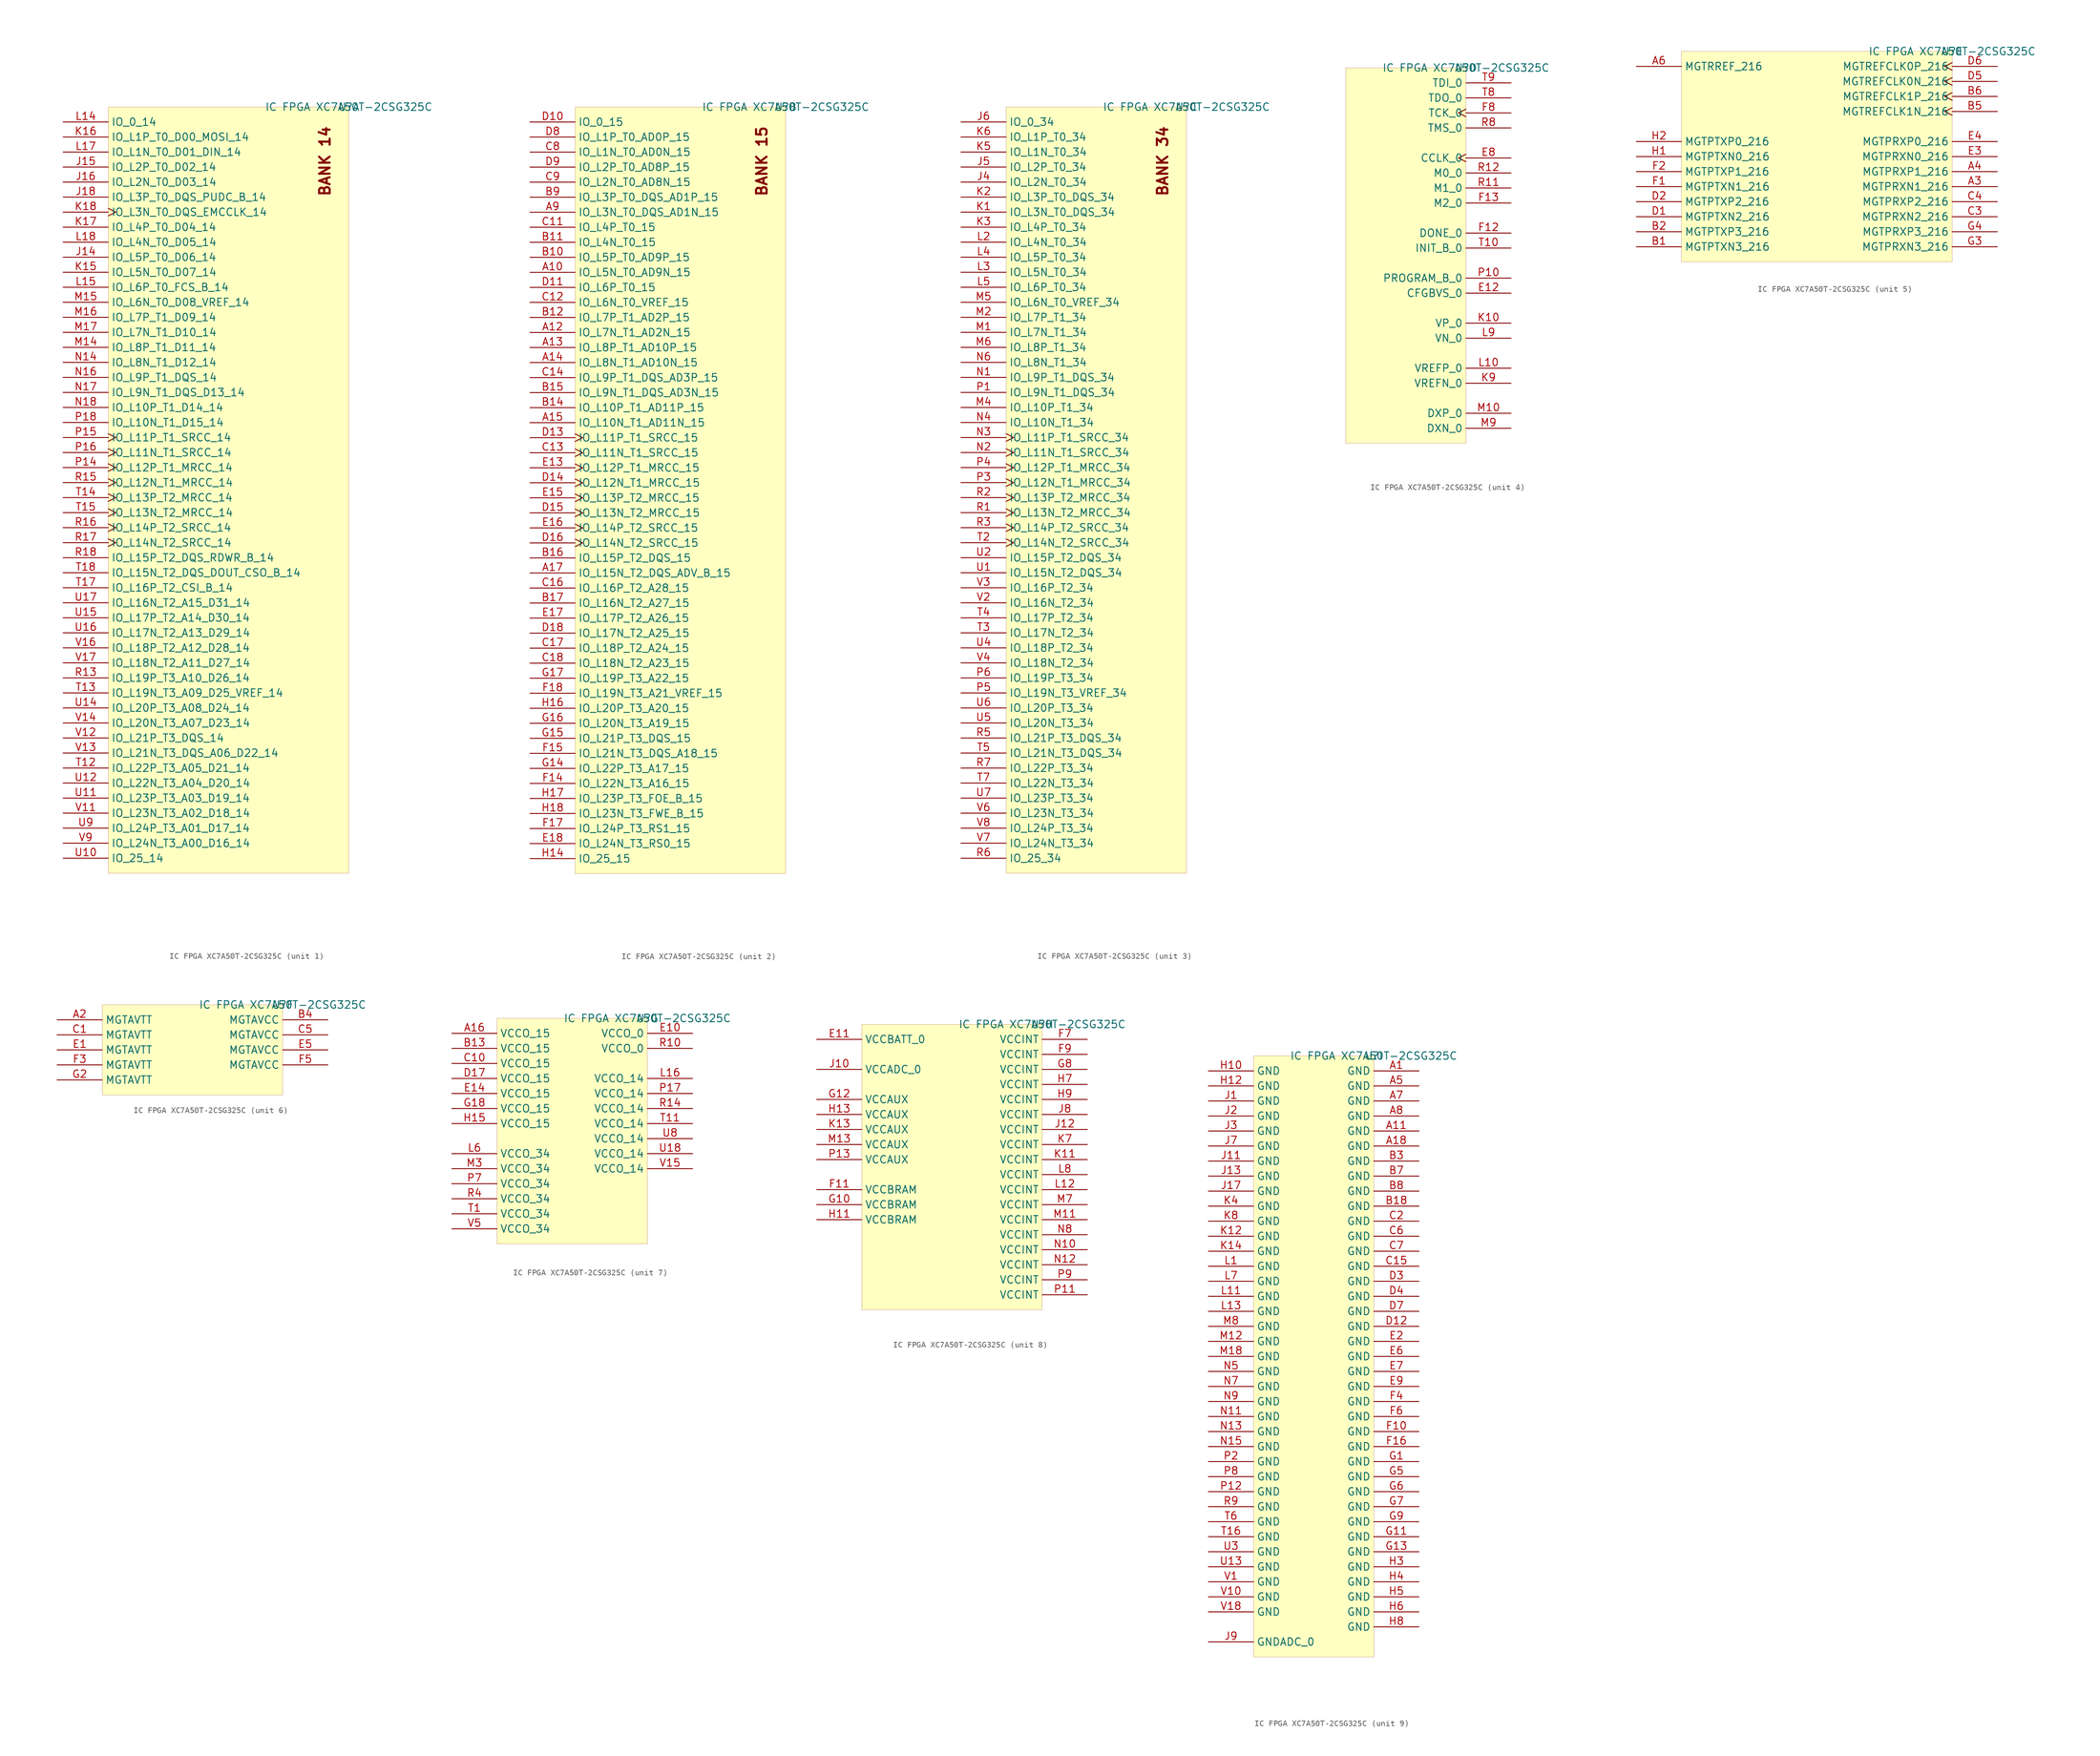
<source format=kicad_sym>
(kicad_symbol_lib
  (version 20241209)
  (generator "kicad_symbol_editor")
  (generator_version "9.0")
  (symbol "IC FPGA XC7A50T-2CSG325C"
    (property "Reference" "U"
      (at 0 0 0)
      (effects (font (size 1.27 1.27))))
    (property "Value" "IC FPGA XC7A50T-2CSG325C"
      (at 0 0 0)
      (effects (font (size 1.27 1.27))))
    (symbol "IC FPGA XC7A50T-2CSG325C_1_0"
      (rectangle (start 0 0) (end -40.64 -129.54) (stroke (width 0.025) (type solid) (color 128 0 0 1)) (fill (type background)))
      (text "BANK 14" (at -5.08 -15.24 900) (effects (font (size 1.778 1.778) (thickness 0.356) (bold yes)) (justify left top)))
      (pin bidirectional line (at -48.26 -2.54 0) (length 7.62) (name "IO_0_14" (effects (font (size 1.27 1.27)))) (number "L14" (effects (font (size 1.27 1.27)))))
      (pin bidirectional line (at -48.26 -5.08 0) (length 7.62) (name "IO_L1P_T0_D00_MOSI_14" (effects (font (size 1.27 1.27)))) (number "K16" (effects (font (size 1.27 1.27)))))
      (pin bidirectional line (at -48.26 -7.62 0) (length 7.62) (name "IO_L1N_T0_D01_DIN_14" (effects (font (size 1.27 1.27)))) (number "L17" (effects (font (size 1.27 1.27)))))
      (pin bidirectional line (at -48.26 -10.16 0) (length 7.62) (name "IO_L2P_T0_D02_14" (effects (font (size 1.27 1.27)))) (number "J15" (effects (font (size 1.27 1.27)))))
      (pin bidirectional line (at -48.26 -12.7 0) (length 7.62) (name "IO_L2N_T0_D03_14" (effects (font (size 1.27 1.27)))) (number "J16" (effects (font (size 1.27 1.27)))))
      (pin bidirectional line (at -48.26 -15.24 0) (length 7.62) (name "IO_L3P_T0_DQS_PUDC_B_14" (effects (font (size 1.27 1.27)))) (number "J18" (effects (font (size 1.27 1.27)))))
      (pin bidirectional clock (at -48.26 -17.78 0) (length 7.62) (name "IO_L3N_T0_DQS_EMCCLK_14" (effects (font (size 1.27 1.27)))) (number "K18" (effects (font (size 1.27 1.27)))))
      (pin bidirectional line (at -48.26 -20.32 0) (length 7.62) (name "IO_L4P_T0_D04_14" (effects (font (size 1.27 1.27)))) (number "K17" (effects (font (size 1.27 1.27)))))
      (pin bidirectional line (at -48.26 -22.86 0) (length 7.62) (name "IO_L4N_T0_D05_14" (effects (font (size 1.27 1.27)))) (number "L18" (effects (font (size 1.27 1.27)))))
      (pin bidirectional line (at -48.26 -25.4 0) (length 7.62) (name "IO_L5P_T0_D06_14" (effects (font (size 1.27 1.27)))) (number "J14" (effects (font (size 1.27 1.27)))))
      (pin bidirectional line (at -48.26 -27.94 0) (length 7.62) (name "IO_L5N_T0_D07_14" (effects (font (size 1.27 1.27)))) (number "K15" (effects (font (size 1.27 1.27)))))
      (pin bidirectional line (at -48.26 -30.48 0) (length 7.62) (name "IO_L6P_T0_FCS_B_14" (effects (font (size 1.27 1.27)))) (number "L15" (effects (font (size 1.27 1.27)))))
      (pin bidirectional line (at -48.26 -33.02 0) (length 7.62) (name "IO_L6N_T0_D08_VREF_14" (effects (font (size 1.27 1.27)))) (number "M15" (effects (font (size 1.27 1.27)))))
      (pin bidirectional line (at -48.26 -35.56 0) (length 7.62) (name "IO_L7P_T1_D09_14" (effects (font (size 1.27 1.27)))) (number "M16" (effects (font (size 1.27 1.27)))))
      (pin bidirectional line (at -48.26 -38.1 0) (length 7.62) (name "IO_L7N_T1_D10_14" (effects (font (size 1.27 1.27)))) (number "M17" (effects (font (size 1.27 1.27)))))
      (pin bidirectional line (at -48.26 -40.64 0) (length 7.62) (name "IO_L8P_T1_D11_14" (effects (font (size 1.27 1.27)))) (number "M14" (effects (font (size 1.27 1.27)))))
      (pin bidirectional line (at -48.26 -43.18 0) (length 7.62) (name "IO_L8N_T1_D12_14" (effects (font (size 1.27 1.27)))) (number "N14" (effects (font (size 1.27 1.27)))))
      (pin bidirectional line (at -48.26 -45.72 0) (length 7.62) (name "IO_L9P_T1_DQS_14" (effects (font (size 1.27 1.27)))) (number "N16" (effects (font (size 1.27 1.27)))))
      (pin bidirectional line (at -48.26 -48.26 0) (length 7.62) (name "IO_L9N_T1_DQS_D13_14" (effects (font (size 1.27 1.27)))) (number "N17" (effects (font (size 1.27 1.27)))))
      (pin bidirectional line (at -48.26 -50.8 0) (length 7.62) (name "IO_L10P_T1_D14_14" (effects (font (size 1.27 1.27)))) (number "N18" (effects (font (size 1.27 1.27)))))
      (pin bidirectional line (at -48.26 -53.34 0) (length 7.62) (name "IO_L10N_T1_D15_14" (effects (font (size 1.27 1.27)))) (number "P18" (effects (font (size 1.27 1.27)))))
      (pin bidirectional clock (at -48.26 -55.88 0) (length 7.62) (name "IO_L11P_T1_SRCC_14" (effects (font (size 1.27 1.27)))) (number "P15" (effects (font (size 1.27 1.27)))))
      (pin bidirectional clock (at -48.26 -58.42 0) (length 7.62) (name "IO_L11N_T1_SRCC_14" (effects (font (size 1.27 1.27)))) (number "P16" (effects (font (size 1.27 1.27)))))
      (pin bidirectional clock (at -48.26 -60.96 0) (length 7.62) (name "IO_L12P_T1_MRCC_14" (effects (font (size 1.27 1.27)))) (number "P14" (effects (font (size 1.27 1.27)))))
      (pin bidirectional clock (at -48.26 -63.5 0) (length 7.62) (name "IO_L12N_T1_MRCC_14" (effects (font (size 1.27 1.27)))) (number "R15" (effects (font (size 1.27 1.27)))))
      (pin bidirectional clock (at -48.26 -66.04 0) (length 7.62) (name "IO_L13P_T2_MRCC_14" (effects (font (size 1.27 1.27)))) (number "T14" (effects (font (size 1.27 1.27)))))
      (pin bidirectional clock (at -48.26 -68.58 0) (length 7.62) (name "IO_L13N_T2_MRCC_14" (effects (font (size 1.27 1.27)))) (number "T15" (effects (font (size 1.27 1.27)))))
      (pin bidirectional clock (at -48.26 -71.12 0) (length 7.62) (name "IO_L14P_T2_SRCC_14" (effects (font (size 1.27 1.27)))) (number "R16" (effects (font (size 1.27 1.27)))))
      (pin bidirectional clock (at -48.26 -73.66 0) (length 7.62) (name "IO_L14N_T2_SRCC_14" (effects (font (size 1.27 1.27)))) (number "R17" (effects (font (size 1.27 1.27)))))
      (pin bidirectional line (at -48.26 -76.2 0) (length 7.62) (name "IO_L15P_T2_DQS_RDWR_B_14" (effects (font (size 1.27 1.27)))) (number "R18" (effects (font (size 1.27 1.27)))))
      (pin bidirectional line (at -48.26 -78.74 0) (length 7.62) (name "IO_L15N_T2_DQS_DOUT_CSO_B_14" (effects (font (size 1.27 1.27)))) (number "T18" (effects (font (size 1.27 1.27)))))
      (pin bidirectional line (at -48.26 -81.28 0) (length 7.62) (name "IO_L16P_T2_CSI_B_14" (effects (font (size 1.27 1.27)))) (number "T17" (effects (font (size 1.27 1.27)))))
      (pin bidirectional line (at -48.26 -83.82 0) (length 7.62) (name "IO_L16N_T2_A15_D31_14" (effects (font (size 1.27 1.27)))) (number "U17" (effects (font (size 1.27 1.27)))))
      (pin bidirectional line (at -48.26 -86.36 0) (length 7.62) (name "IO_L17P_T2_A14_D30_14" (effects (font (size 1.27 1.27)))) (number "U15" (effects (font (size 1.27 1.27)))))
      (pin bidirectional line (at -48.26 -88.9 0) (length 7.62) (name "IO_L17N_T2_A13_D29_14" (effects (font (size 1.27 1.27)))) (number "U16" (effects (font (size 1.27 1.27)))))
      (pin bidirectional line (at -48.26 -91.44 0) (length 7.62) (name "IO_L18P_T2_A12_D28_14" (effects (font (size 1.27 1.27)))) (number "V16" (effects (font (size 1.27 1.27)))))
      (pin bidirectional line (at -48.26 -93.98 0) (length 7.62) (name "IO_L18N_T2_A11_D27_14" (effects (font (size 1.27 1.27)))) (number "V17" (effects (font (size 1.27 1.27)))))
      (pin bidirectional line (at -48.26 -96.52 0) (length 7.62) (name "IO_L19P_T3_A10_D26_14" (effects (font (size 1.27 1.27)))) (number "R13" (effects (font (size 1.27 1.27)))))
      (pin bidirectional line (at -48.26 -99.06 0) (length 7.62) (name "IO_L19N_T3_A09_D25_VREF_14" (effects (font (size 1.27 1.27)))) (number "T13" (effects (font (size 1.27 1.27)))))
      (pin bidirectional line (at -48.26 -101.6 0) (length 7.62) (name "IO_L20P_T3_A08_D24_14" (effects (font (size 1.27 1.27)))) (number "U14" (effects (font (size 1.27 1.27)))))
      (pin bidirectional line (at -48.26 -104.14 0) (length 7.62) (name "IO_L20N_T3_A07_D23_14" (effects (font (size 1.27 1.27)))) (number "V14" (effects (font (size 1.27 1.27)))))
      (pin bidirectional line (at -48.26 -106.68 0) (length 7.62) (name "IO_L21P_T3_DQS_14" (effects (font (size 1.27 1.27)))) (number "V12" (effects (font (size 1.27 1.27)))))
      (pin bidirectional line (at -48.26 -109.22 0) (length 7.62) (name "IO_L21N_T3_DQS_A06_D22_14" (effects (font (size 1.27 1.27)))) (number "V13" (effects (font (size 1.27 1.27)))))
      (pin bidirectional line (at -48.26 -111.76 0) (length 7.62) (name "IO_L22P_T3_A05_D21_14" (effects (font (size 1.27 1.27)))) (number "T12" (effects (font (size 1.27 1.27)))))
      (pin bidirectional line (at -48.26 -114.3 0) (length 7.62) (name "IO_L22N_T3_A04_D20_14" (effects (font (size 1.27 1.27)))) (number "U12" (effects (font (size 1.27 1.27)))))
      (pin bidirectional line (at -48.26 -116.84 0) (length 7.62) (name "IO_L23P_T3_A03_D19_14" (effects (font (size 1.27 1.27)))) (number "U11" (effects (font (size 1.27 1.27)))))
      (pin bidirectional line (at -48.26 -119.38 0) (length 7.62) (name "IO_L23N_T3_A02_D18_14" (effects (font (size 1.27 1.27)))) (number "V11" (effects (font (size 1.27 1.27)))))
      (pin bidirectional line (at -48.26 -121.92 0) (length 7.62) (name "IO_L24P_T3_A01_D17_14" (effects (font (size 1.27 1.27)))) (number "U9" (effects (font (size 1.27 1.27)))))
      (pin bidirectional line (at -48.26 -124.46 0) (length 7.62) (name "IO_L24N_T3_A00_D16_14" (effects (font (size 1.27 1.27)))) (number "V9" (effects (font (size 1.27 1.27)))))
      (pin bidirectional line (at -48.26 -127 0) (length 7.62) (name "IO_25_14" (effects (font (size 1.27 1.27)))) (number "U10" (effects (font (size 1.27 1.27))))))
    (symbol "IC FPGA XC7A50T-2CSG325C_2_0"
      (rectangle (start 0 0) (end -35.56 -129.54) (stroke (width 0.025) (type solid) (color 128 0 0 1)) (fill (type background)))
      (text "BANK 15" (at -5.08 -15.24 900) (effects (font (size 1.778 1.778) (thickness 0.356) (bold yes)) (justify left top)))
      (pin bidirectional line (at -43.18 -2.54 0) (length 7.62) (name "IO_0_15" (effects (font (size 1.27 1.27)))) (number "D10" (effects (font (size 1.27 1.27)))))
      (pin bidirectional line (at -43.18 -5.08 0) (length 7.62) (name "IO_L1P_T0_AD0P_15" (effects (font (size 1.27 1.27)))) (number "D8" (effects (font (size 1.27 1.27)))))
      (pin bidirectional line (at -43.18 -7.62 0) (length 7.62) (name "IO_L1N_T0_AD0N_15" (effects (font (size 1.27 1.27)))) (number "C8" (effects (font (size 1.27 1.27)))))
      (pin bidirectional line (at -43.18 -10.16 0) (length 7.62) (name "IO_L2P_T0_AD8P_15" (effects (font (size 1.27 1.27)))) (number "D9" (effects (font (size 1.27 1.27)))))
      (pin bidirectional line (at -43.18 -12.7 0) (length 7.62) (name "IO_L2N_T0_AD8N_15" (effects (font (size 1.27 1.27)))) (number "C9" (effects (font (size 1.27 1.27)))))
      (pin bidirectional line (at -43.18 -15.24 0) (length 7.62) (name "IO_L3P_T0_DQS_AD1P_15" (effects (font (size 1.27 1.27)))) (number "B9" (effects (font (size 1.27 1.27)))))
      (pin bidirectional line (at -43.18 -17.78 0) (length 7.62) (name "IO_L3N_T0_DQS_AD1N_15" (effects (font (size 1.27 1.27)))) (number "A9" (effects (font (size 1.27 1.27)))))
      (pin bidirectional line (at -43.18 -20.32 0) (length 7.62) (name "IO_L4P_T0_15" (effects (font (size 1.27 1.27)))) (number "C11" (effects (font (size 1.27 1.27)))))
      (pin bidirectional line (at -43.18 -22.86 0) (length 7.62) (name "IO_L4N_T0_15" (effects (font (size 1.27 1.27)))) (number "B11" (effects (font (size 1.27 1.27)))))
      (pin bidirectional line (at -43.18 -25.4 0) (length 7.62) (name "IO_L5P_T0_AD9P_15" (effects (font (size 1.27 1.27)))) (number "B10" (effects (font (size 1.27 1.27)))))
      (pin bidirectional line (at -43.18 -27.94 0) (length 7.62) (name "IO_L5N_T0_AD9N_15" (effects (font (size 1.27 1.27)))) (number "A10" (effects (font (size 1.27 1.27)))))
      (pin bidirectional line (at -43.18 -30.48 0) (length 7.62) (name "IO_L6P_T0_15" (effects (font (size 1.27 1.27)))) (number "D11" (effects (font (size 1.27 1.27)))))
      (pin bidirectional line (at -43.18 -33.02 0) (length 7.62) (name "IO_L6N_T0_VREF_15" (effects (font (size 1.27 1.27)))) (number "C12" (effects (font (size 1.27 1.27)))))
      (pin bidirectional line (at -43.18 -35.56 0) (length 7.62) (name "IO_L7P_T1_AD2P_15" (effects (font (size 1.27 1.27)))) (number "B12" (effects (font (size 1.27 1.27)))))
      (pin bidirectional line (at -43.18 -38.1 0) (length 7.62) (name "IO_L7N_T1_AD2N_15" (effects (font (size 1.27 1.27)))) (number "A12" (effects (font (size 1.27 1.27)))))
      (pin bidirectional line (at -43.18 -40.64 0) (length 7.62) (name "IO_L8P_T1_AD10P_15" (effects (font (size 1.27 1.27)))) (number "A13" (effects (font (size 1.27 1.27)))))
      (pin bidirectional line (at -43.18 -43.18 0) (length 7.62) (name "IO_L8N_T1_AD10N_15" (effects (font (size 1.27 1.27)))) (number "A14" (effects (font (size 1.27 1.27)))))
      (pin bidirectional line (at -43.18 -45.72 0) (length 7.62) (name "IO_L9P_T1_DQS_AD3P_15" (effects (font (size 1.27 1.27)))) (number "C14" (effects (font (size 1.27 1.27)))))
      (pin bidirectional line (at -43.18 -48.26 0) (length 7.62) (name "IO_L9N_T1_DQS_AD3N_15" (effects (font (size 1.27 1.27)))) (number "B15" (effects (font (size 1.27 1.27)))))
      (pin bidirectional line (at -43.18 -50.8 0) (length 7.62) (name "IO_L10P_T1_AD11P_15" (effects (font (size 1.27 1.27)))) (number "B14" (effects (font (size 1.27 1.27)))))
      (pin bidirectional line (at -43.18 -53.34 0) (length 7.62) (name "IO_L10N_T1_AD11N_15" (effects (font (size 1.27 1.27)))) (number "A15" (effects (font (size 1.27 1.27)))))
      (pin bidirectional clock (at -43.18 -55.88 0) (length 7.62) (name "IO_L11P_T1_SRCC_15" (effects (font (size 1.27 1.27)))) (number "D13" (effects (font (size 1.27 1.27)))))
      (pin bidirectional clock (at -43.18 -58.42 0) (length 7.62) (name "IO_L11N_T1_SRCC_15" (effects (font (size 1.27 1.27)))) (number "C13" (effects (font (size 1.27 1.27)))))
      (pin bidirectional clock (at -43.18 -60.96 0) (length 7.62) (name "IO_L12P_T1_MRCC_15" (effects (font (size 1.27 1.27)))) (number "E13" (effects (font (size 1.27 1.27)))))
      (pin bidirectional clock (at -43.18 -63.5 0) (length 7.62) (name "IO_L12N_T1_MRCC_15" (effects (font (size 1.27 1.27)))) (number "D14" (effects (font (size 1.27 1.27)))))
      (pin bidirectional clock (at -43.18 -66.04 0) (length 7.62) (name "IO_L13P_T2_MRCC_15" (effects (font (size 1.27 1.27)))) (number "E15" (effects (font (size 1.27 1.27)))))
      (pin bidirectional clock (at -43.18 -68.58 0) (length 7.62) (name "IO_L13N_T2_MRCC_15" (effects (font (size 1.27 1.27)))) (number "D15" (effects (font (size 1.27 1.27)))))
      (pin bidirectional clock (at -43.18 -71.12 0) (length 7.62) (name "IO_L14P_T2_SRCC_15" (effects (font (size 1.27 1.27)))) (number "E16" (effects (font (size 1.27 1.27)))))
      (pin bidirectional clock (at -43.18 -73.66 0) (length 7.62) (name "IO_L14N_T2_SRCC_15" (effects (font (size 1.27 1.27)))) (number "D16" (effects (font (size 1.27 1.27)))))
      (pin bidirectional line (at -43.18 -76.2 0) (length 7.62) (name "IO_L15P_T2_DQS_15" (effects (font (size 1.27 1.27)))) (number "B16" (effects (font (size 1.27 1.27)))))
      (pin bidirectional line (at -43.18 -78.74 0) (length 7.62) (name "IO_L15N_T2_DQS_ADV_B_15" (effects (font (size 1.27 1.27)))) (number "A17" (effects (font (size 1.27 1.27)))))
      (pin bidirectional line (at -43.18 -81.28 0) (length 7.62) (name "IO_L16P_T2_A28_15" (effects (font (size 1.27 1.27)))) (number "C16" (effects (font (size 1.27 1.27)))))
      (pin bidirectional line (at -43.18 -83.82 0) (length 7.62) (name "IO_L16N_T2_A27_15" (effects (font (size 1.27 1.27)))) (number "B17" (effects (font (size 1.27 1.27)))))
      (pin bidirectional line (at -43.18 -86.36 0) (length 7.62) (name "IO_L17P_T2_A26_15" (effects (font (size 1.27 1.27)))) (number "E17" (effects (font (size 1.27 1.27)))))
      (pin bidirectional line (at -43.18 -88.9 0) (length 7.62) (name "IO_L17N_T2_A25_15" (effects (font (size 1.27 1.27)))) (number "D18" (effects (font (size 1.27 1.27)))))
      (pin bidirectional line (at -43.18 -91.44 0) (length 7.62) (name "IO_L18P_T2_A24_15" (effects (font (size 1.27 1.27)))) (number "C17" (effects (font (size 1.27 1.27)))))
      (pin bidirectional line (at -43.18 -93.98 0) (length 7.62) (name "IO_L18N_T2_A23_15" (effects (font (size 1.27 1.27)))) (number "C18" (effects (font (size 1.27 1.27)))))
      (pin bidirectional line (at -43.18 -96.52 0) (length 7.62) (name "IO_L19P_T3_A22_15" (effects (font (size 1.27 1.27)))) (number "G17" (effects (font (size 1.27 1.27)))))
      (pin bidirectional line (at -43.18 -99.06 0) (length 7.62) (name "IO_L19N_T3_A21_VREF_15" (effects (font (size 1.27 1.27)))) (number "F18" (effects (font (size 1.27 1.27)))))
      (pin bidirectional line (at -43.18 -101.6 0) (length 7.62) (name "IO_L20P_T3_A20_15" (effects (font (size 1.27 1.27)))) (number "H16" (effects (font (size 1.27 1.27)))))
      (pin bidirectional line (at -43.18 -104.14 0) (length 7.62) (name "IO_L20N_T3_A19_15" (effects (font (size 1.27 1.27)))) (number "G16" (effects (font (size 1.27 1.27)))))
      (pin bidirectional line (at -43.18 -106.68 0) (length 7.62) (name "IO_L21P_T3_DQS_15" (effects (font (size 1.27 1.27)))) (number "G15" (effects (font (size 1.27 1.27)))))
      (pin bidirectional line (at -43.18 -109.22 0) (length 7.62) (name "IO_L21N_T3_DQS_A18_15" (effects (font (size 1.27 1.27)))) (number "F15" (effects (font (size 1.27 1.27)))))
      (pin bidirectional line (at -43.18 -111.76 0) (length 7.62) (name "IO_L22P_T3_A17_15" (effects (font (size 1.27 1.27)))) (number "G14" (effects (font (size 1.27 1.27)))))
      (pin bidirectional line (at -43.18 -114.3 0) (length 7.62) (name "IO_L22N_T3_A16_15" (effects (font (size 1.27 1.27)))) (number "F14" (effects (font (size 1.27 1.27)))))
      (pin bidirectional line (at -43.18 -116.84 0) (length 7.62) (name "IO_L23P_T3_FOE_B_15" (effects (font (size 1.27 1.27)))) (number "H17" (effects (font (size 1.27 1.27)))))
      (pin bidirectional line (at -43.18 -119.38 0) (length 7.62) (name "IO_L23N_T3_FWE_B_15" (effects (font (size 1.27 1.27)))) (number "H18" (effects (font (size 1.27 1.27)))))
      (pin bidirectional line (at -43.18 -121.92 0) (length 7.62) (name "IO_L24P_T3_RS1_15" (effects (font (size 1.27 1.27)))) (number "F17" (effects (font (size 1.27 1.27)))))
      (pin bidirectional line (at -43.18 -124.46 0) (length 7.62) (name "IO_L24N_T3_RS0_15" (effects (font (size 1.27 1.27)))) (number "E18" (effects (font (size 1.27 1.27)))))
      (pin bidirectional line (at -43.18 -127 0) (length 7.62) (name "IO_25_15" (effects (font (size 1.27 1.27)))) (number "H14" (effects (font (size 1.27 1.27))))))
    (symbol "IC FPGA XC7A50T-2CSG325C_3_0"
      (rectangle (start 0 0) (end -30.48 -129.54) (stroke (width 0.025) (type solid) (color 128 0 0 1)) (fill (type background)))
      (text "BANK 34" (at -5.08 -15.24 900) (effects (font (size 1.778 1.778) (thickness 0.356) (bold yes)) (justify left top)))
      (pin bidirectional line (at -38.1 -2.54 0) (length 7.62) (name "IO_0_34" (effects (font (size 1.27 1.27)))) (number "J6" (effects (font (size 1.27 1.27)))))
      (pin bidirectional line (at -38.1 -5.08 0) (length 7.62) (name "IO_L1P_T0_34" (effects (font (size 1.27 1.27)))) (number "K6" (effects (font (size 1.27 1.27)))))
      (pin bidirectional line (at -38.1 -7.62 0) (length 7.62) (name "IO_L1N_T0_34" (effects (font (size 1.27 1.27)))) (number "K5" (effects (font (size 1.27 1.27)))))
      (pin bidirectional line (at -38.1 -10.16 0) (length 7.62) (name "IO_L2P_T0_34" (effects (font (size 1.27 1.27)))) (number "J5" (effects (font (size 1.27 1.27)))))
      (pin bidirectional line (at -38.1 -12.7 0) (length 7.62) (name "IO_L2N_T0_34" (effects (font (size 1.27 1.27)))) (number "J4" (effects (font (size 1.27 1.27)))))
      (pin bidirectional line (at -38.1 -15.24 0) (length 7.62) (name "IO_L3P_T0_DQS_34" (effects (font (size 1.27 1.27)))) (number "K2" (effects (font (size 1.27 1.27)))))
      (pin bidirectional line (at -38.1 -17.78 0) (length 7.62) (name "IO_L3N_T0_DQS_34" (effects (font (size 1.27 1.27)))) (number "K1" (effects (font (size 1.27 1.27)))))
      (pin bidirectional line (at -38.1 -20.32 0) (length 7.62) (name "IO_L4P_T0_34" (effects (font (size 1.27 1.27)))) (number "K3" (effects (font (size 1.27 1.27)))))
      (pin bidirectional line (at -38.1 -22.86 0) (length 7.62) (name "IO_L4N_T0_34" (effects (font (size 1.27 1.27)))) (number "L2" (effects (font (size 1.27 1.27)))))
      (pin bidirectional line (at -38.1 -25.4 0) (length 7.62) (name "IO_L5P_T0_34" (effects (font (size 1.27 1.27)))) (number "L4" (effects (font (size 1.27 1.27)))))
      (pin bidirectional line (at -38.1 -27.94 0) (length 7.62) (name "IO_L5N_T0_34" (effects (font (size 1.27 1.27)))) (number "L3" (effects (font (size 1.27 1.27)))))
      (pin bidirectional line (at -38.1 -30.48 0) (length 7.62) (name "IO_L6P_T0_34" (effects (font (size 1.27 1.27)))) (number "L5" (effects (font (size 1.27 1.27)))))
      (pin bidirectional line (at -38.1 -33.02 0) (length 7.62) (name "IO_L6N_T0_VREF_34" (effects (font (size 1.27 1.27)))) (number "M5" (effects (font (size 1.27 1.27)))))
      (pin bidirectional line (at -38.1 -35.56 0) (length 7.62) (name "IO_L7P_T1_34" (effects (font (size 1.27 1.27)))) (number "M2" (effects (font (size 1.27 1.27)))))
      (pin bidirectional line (at -38.1 -38.1 0) (length 7.62) (name "IO_L7N_T1_34" (effects (font (size 1.27 1.27)))) (number "M1" (effects (font (size 1.27 1.27)))))
      (pin bidirectional line (at -38.1 -40.64 0) (length 7.62) (name "IO_L8P_T1_34" (effects (font (size 1.27 1.27)))) (number "M6" (effects (font (size 1.27 1.27)))))
      (pin bidirectional line (at -38.1 -43.18 0) (length 7.62) (name "IO_L8N_T1_34" (effects (font (size 1.27 1.27)))) (number "N6" (effects (font (size 1.27 1.27)))))
      (pin bidirectional line (at -38.1 -45.72 0) (length 7.62) (name "IO_L9P_T1_DQS_34" (effects (font (size 1.27 1.27)))) (number "N1" (effects (font (size 1.27 1.27)))))
      (pin bidirectional line (at -38.1 -48.26 0) (length 7.62) (name "IO_L9N_T1_DQS_34" (effects (font (size 1.27 1.27)))) (number "P1" (effects (font (size 1.27 1.27)))))
      (pin bidirectional line (at -38.1 -50.8 0) (length 7.62) (name "IO_L10P_T1_34" (effects (font (size 1.27 1.27)))) (number "M4" (effects (font (size 1.27 1.27)))))
      (pin bidirectional line (at -38.1 -53.34 0) (length 7.62) (name "IO_L10N_T1_34" (effects (font (size 1.27 1.27)))) (number "N4" (effects (font (size 1.27 1.27)))))
      (pin bidirectional clock (at -38.1 -55.88 0) (length 7.62) (name "IO_L11P_T1_SRCC_34" (effects (font (size 1.27 1.27)))) (number "N3" (effects (font (size 1.27 1.27)))))
      (pin bidirectional clock (at -38.1 -58.42 0) (length 7.62) (name "IO_L11N_T1_SRCC_34" (effects (font (size 1.27 1.27)))) (number "N2" (effects (font (size 1.27 1.27)))))
      (pin bidirectional clock (at -38.1 -60.96 0) (length 7.62) (name "IO_L12P_T1_MRCC_34" (effects (font (size 1.27 1.27)))) (number "P4" (effects (font (size 1.27 1.27)))))
      (pin bidirectional clock (at -38.1 -63.5 0) (length 7.62) (name "IO_L12N_T1_MRCC_34" (effects (font (size 1.27 1.27)))) (number "P3" (effects (font (size 1.27 1.27)))))
      (pin bidirectional clock (at -38.1 -66.04 0) (length 7.62) (name "IO_L13P_T2_MRCC_34" (effects (font (size 1.27 1.27)))) (number "R2" (effects (font (size 1.27 1.27)))))
      (pin bidirectional clock (at -38.1 -68.58 0) (length 7.62) (name "IO_L13N_T2_MRCC_34" (effects (font (size 1.27 1.27)))) (number "R1" (effects (font (size 1.27 1.27)))))
      (pin bidirectional clock (at -38.1 -71.12 0) (length 7.62) (name "IO_L14P_T2_SRCC_34" (effects (font (size 1.27 1.27)))) (number "R3" (effects (font (size 1.27 1.27)))))
      (pin bidirectional clock (at -38.1 -73.66 0) (length 7.62) (name "IO_L14N_T2_SRCC_34" (effects (font (size 1.27 1.27)))) (number "T2" (effects (font (size 1.27 1.27)))))
      (pin bidirectional line (at -38.1 -76.2 0) (length 7.62) (name "IO_L15P_T2_DQS_34" (effects (font (size 1.27 1.27)))) (number "U2" (effects (font (size 1.27 1.27)))))
      (pin bidirectional line (at -38.1 -78.74 0) (length 7.62) (name "IO_L15N_T2_DQS_34" (effects (font (size 1.27 1.27)))) (number "U1" (effects (font (size 1.27 1.27)))))
      (pin bidirectional line (at -38.1 -81.28 0) (length 7.62) (name "IO_L16P_T2_34" (effects (font (size 1.27 1.27)))) (number "V3" (effects (font (size 1.27 1.27)))))
      (pin bidirectional line (at -38.1 -83.82 0) (length 7.62) (name "IO_L16N_T2_34" (effects (font (size 1.27 1.27)))) (number "V2" (effects (font (size 1.27 1.27)))))
      (pin bidirectional line (at -38.1 -86.36 0) (length 7.62) (name "IO_L17P_T2_34" (effects (font (size 1.27 1.27)))) (number "T4" (effects (font (size 1.27 1.27)))))
      (pin bidirectional line (at -38.1 -88.9 0) (length 7.62) (name "IO_L17N_T2_34" (effects (font (size 1.27 1.27)))) (number "T3" (effects (font (size 1.27 1.27)))))
      (pin bidirectional line (at -38.1 -91.44 0) (length 7.62) (name "IO_L18P_T2_34" (effects (font (size 1.27 1.27)))) (number "U4" (effects (font (size 1.27 1.27)))))
      (pin bidirectional line (at -38.1 -93.98 0) (length 7.62) (name "IO_L18N_T2_34" (effects (font (size 1.27 1.27)))) (number "V4" (effects (font (size 1.27 1.27)))))
      (pin bidirectional line (at -38.1 -96.52 0) (length 7.62) (name "IO_L19P_T3_34" (effects (font (size 1.27 1.27)))) (number "P6" (effects (font (size 1.27 1.27)))))
      (pin bidirectional line (at -38.1 -99.06 0) (length 7.62) (name "IO_L19N_T3_VREF_34" (effects (font (size 1.27 1.27)))) (number "P5" (effects (font (size 1.27 1.27)))))
      (pin bidirectional line (at -38.1 -101.6 0) (length 7.62) (name "IO_L20P_T3_34" (effects (font (size 1.27 1.27)))) (number "U6" (effects (font (size 1.27 1.27)))))
      (pin bidirectional line (at -38.1 -104.14 0) (length 7.62) (name "IO_L20N_T3_34" (effects (font (size 1.27 1.27)))) (number "U5" (effects (font (size 1.27 1.27)))))
      (pin bidirectional line (at -38.1 -106.68 0) (length 7.62) (name "IO_L21P_T3_DQS_34" (effects (font (size 1.27 1.27)))) (number "R5" (effects (font (size 1.27 1.27)))))
      (pin bidirectional line (at -38.1 -109.22 0) (length 7.62) (name "IO_L21N_T3_DQS_34" (effects (font (size 1.27 1.27)))) (number "T5" (effects (font (size 1.27 1.27)))))
      (pin bidirectional line (at -38.1 -111.76 0) (length 7.62) (name "IO_L22P_T3_34" (effects (font (size 1.27 1.27)))) (number "R7" (effects (font (size 1.27 1.27)))))
      (pin bidirectional line (at -38.1 -114.3 0) (length 7.62) (name "IO_L22N_T3_34" (effects (font (size 1.27 1.27)))) (number "T7" (effects (font (size 1.27 1.27)))))
      (pin bidirectional line (at -38.1 -116.84 0) (length 7.62) (name "IO_L23P_T3_34" (effects (font (size 1.27 1.27)))) (number "U7" (effects (font (size 1.27 1.27)))))
      (pin bidirectional line (at -38.1 -119.38 0) (length 7.62) (name "IO_L23N_T3_34" (effects (font (size 1.27 1.27)))) (number "V6" (effects (font (size 1.27 1.27)))))
      (pin bidirectional line (at -38.1 -121.92 0) (length 7.62) (name "IO_L24P_T3_34" (effects (font (size 1.27 1.27)))) (number "V8" (effects (font (size 1.27 1.27)))))
      (pin bidirectional line (at -38.1 -124.46 0) (length 7.62) (name "IO_L24N_T3_34" (effects (font (size 1.27 1.27)))) (number "V7" (effects (font (size 1.27 1.27)))))
      (pin bidirectional line (at -38.1 -127 0) (length 7.62) (name "IO_25_34" (effects (font (size 1.27 1.27)))) (number "R6" (effects (font (size 1.27 1.27))))))
    (symbol "IC FPGA XC7A50T-2CSG325C_4_0"
      (rectangle (start 0 0) (end -20.32 -63.5) (stroke (width 0.025) (type solid) (color 128 0 0 1)) (fill (type background)))
      (pin input line (at 7.62 -2.54 180) (length 7.62) (name "TDI_0" (effects (font (size 1.27 1.27)))) (number "T9" (effects (font (size 1.27 1.27)))))
      (pin output line (at 7.62 -5.08 180) (length 7.62) (name "TDO_0" (effects (font (size 1.27 1.27)))) (number "T8" (effects (font (size 1.27 1.27)))))
      (pin input clock (at 7.62 -7.62 180) (length 7.62) (name "TCK_0" (effects (font (size 1.27 1.27)))) (number "F8" (effects (font (size 1.27 1.27)))))
      (pin input line (at 7.62 -10.16 180) (length 7.62) (name "TMS_0" (effects (font (size 1.27 1.27)))) (number "R8" (effects (font (size 1.27 1.27)))))
      (pin bidirectional clock (at 7.62 -15.24 180) (length 7.62) (name "CCLK_0" (effects (font (size 1.27 1.27)))) (number "E8" (effects (font (size 1.27 1.27)))))
      (pin input line (at 7.62 -17.78 180) (length 7.62) (name "M0_0" (effects (font (size 1.27 1.27)))) (number "R12" (effects (font (size 1.27 1.27)))))
      (pin input line (at 7.62 -20.32 180) (length 7.62) (name "M1_0" (effects (font (size 1.27 1.27)))) (number "R11" (effects (font (size 1.27 1.27)))))
      (pin input line (at 7.62 -22.86 180) (length 7.62) (name "M2_0" (effects (font (size 1.27 1.27)))) (number "F13" (effects (font (size 1.27 1.27)))))
      (pin open_collector line (at 7.62 -27.94 180) (length 7.62) (name "DONE_0" (effects (font (size 1.27 1.27)))) (number "F12" (effects (font (size 1.27 1.27)))))
      (pin bidirectional line (at 7.62 -30.48 180) (length 7.62) (name "INIT_B_0" (effects (font (size 1.27 1.27)))) (number "T10" (effects (font (size 1.27 1.27)))))
      (pin input line (at 7.62 -35.56 180) (length 7.62) (name "PROGRAM_B_0" (effects (font (size 1.27 1.27)))) (number "P10" (effects (font (size 1.27 1.27)))))
      (pin input line (at 7.62 -38.1 180) (length 7.62) (name "CFGBVS_0" (effects (font (size 1.27 1.27)))) (number "E12" (effects (font (size 1.27 1.27)))))
      (pin input line (at 7.62 -43.18 180) (length 7.62) (name "VP_0" (effects (font (size 1.27 1.27)))) (number "K10" (effects (font (size 1.27 1.27)))))
      (pin input line (at 7.62 -45.72 180) (length 7.62) (name "VN_0" (effects (font (size 1.27 1.27)))) (number "L9" (effects (font (size 1.27 1.27)))))
      (pin input line (at 7.62 -50.8 180) (length 7.62) (name "VREFP_0" (effects (font (size 1.27 1.27)))) (number "L10" (effects (font (size 1.27 1.27)))))
      (pin input line (at 7.62 -53.34 180) (length 7.62) (name "VREFN_0" (effects (font (size 1.27 1.27)))) (number "K9" (effects (font (size 1.27 1.27)))))
      (pin input line (at 7.62 -58.42 180) (length 7.62) (name "DXP_0" (effects (font (size 1.27 1.27)))) (number "M10" (effects (font (size 1.27 1.27)))))
      (pin input line (at 7.62 -60.96 180) (length 7.62) (name "DXN_0" (effects (font (size 1.27 1.27)))) (number "M9" (effects (font (size 1.27 1.27))))))
    (symbol "IC FPGA XC7A50T-2CSG325C_5_0"
      (rectangle (start 0 0) (end -45.72 -35.56) (stroke (width 0.025) (type solid) (color 128 0 0 1)) (fill (type background)))
      (pin input line (at -53.34 -2.54 0) (length 7.62) (name "MGTRREF_216" (effects (font (size 1.27 1.27)))) (number "A6" (effects (font (size 1.27 1.27)))))
      (pin output line (at -53.34 -15.24 0) (length 7.62) (name "MGTPTXP0_216" (effects (font (size 1.27 1.27)))) (number "H2" (effects (font (size 1.27 1.27)))))
      (pin output line (at -53.34 -17.78 0) (length 7.62) (name "MGTPTXN0_216" (effects (font (size 1.27 1.27)))) (number "H1" (effects (font (size 1.27 1.27)))))
      (pin output line (at -53.34 -20.32 0) (length 7.62) (name "MGTPTXP1_216" (effects (font (size 1.27 1.27)))) (number "F2" (effects (font (size 1.27 1.27)))))
      (pin output line (at -53.34 -22.86 0) (length 7.62) (name "MGTPTXN1_216" (effects (font (size 1.27 1.27)))) (number "F1" (effects (font (size 1.27 1.27)))))
      (pin output line (at -53.34 -25.4 0) (length 7.62) (name "MGTPTXP2_216" (effects (font (size 1.27 1.27)))) (number "D2" (effects (font (size 1.27 1.27)))))
      (pin output line (at -53.34 -27.94 0) (length 7.62) (name "MGTPTXN2_216" (effects (font (size 1.27 1.27)))) (number "D1" (effects (font (size 1.27 1.27)))))
      (pin output line (at -53.34 -30.48 0) (length 7.62) (name "MGTPTXP3_216" (effects (font (size 1.27 1.27)))) (number "B2" (effects (font (size 1.27 1.27)))))
      (pin output line (at -53.34 -33.02 0) (length 7.62) (name "MGTPTXN3_216" (effects (font (size 1.27 1.27)))) (number "B1" (effects (font (size 1.27 1.27)))))
      (pin input clock (at 7.62 -2.54 180) (length 7.62) (name "MGTREFCLK0P_216" (effects (font (size 1.27 1.27)))) (number "D6" (effects (font (size 1.27 1.27)))))
      (pin input clock (at 7.62 -5.08 180) (length 7.62) (name "MGTREFCLK0N_216" (effects (font (size 1.27 1.27)))) (number "D5" (effects (font (size 1.27 1.27)))))
      (pin input clock (at 7.62 -7.62 180) (length 7.62) (name "MGTREFCLK1P_216" (effects (font (size 1.27 1.27)))) (number "B6" (effects (font (size 1.27 1.27)))))
      (pin input clock (at 7.62 -10.16 180) (length 7.62) (name "MGTREFCLK1N_216" (effects (font (size 1.27 1.27)))) (number "B5" (effects (font (size 1.27 1.27)))))
      (pin input line (at 7.62 -15.24 180) (length 7.62) (name "MGTPRXP0_216" (effects (font (size 1.27 1.27)))) (number "E4" (effects (font (size 1.27 1.27)))))
      (pin input line (at 7.62 -17.78 180) (length 7.62) (name "MGTPRXN0_216" (effects (font (size 1.27 1.27)))) (number "E3" (effects (font (size 1.27 1.27)))))
      (pin input line (at 7.62 -20.32 180) (length 7.62) (name "MGTPRXP1_216" (effects (font (size 1.27 1.27)))) (number "A4" (effects (font (size 1.27 1.27)))))
      (pin input line (at 7.62 -22.86 180) (length 7.62) (name "MGTPRXN1_216" (effects (font (size 1.27 1.27)))) (number "A3" (effects (font (size 1.27 1.27)))))
      (pin input line (at 7.62 -25.4 180) (length 7.62) (name "MGTPRXP2_216" (effects (font (size 1.27 1.27)))) (number "C4" (effects (font (size 1.27 1.27)))))
      (pin input line (at 7.62 -27.94 180) (length 7.62) (name "MGTPRXN2_216" (effects (font (size 1.27 1.27)))) (number "C3" (effects (font (size 1.27 1.27)))))
      (pin input line (at 7.62 -30.48 180) (length 7.62) (name "MGTPRXP3_216" (effects (font (size 1.27 1.27)))) (number "G4" (effects (font (size 1.27 1.27)))))
      (pin input line (at 7.62 -33.02 180) (length 7.62) (name "MGTPRXN3_216" (effects (font (size 1.27 1.27)))) (number "G3" (effects (font (size 1.27 1.27))))))
    (symbol "IC FPGA XC7A50T-2CSG325C_6_0"
      (rectangle (start 0 0) (end -30.48 -15.24) (stroke (width 0.025) (type solid) (color 128 0 0 1)) (fill (type background)))
      (pin power_in line (at -38.1 -2.54 0) (length 7.62) (name "MGTAVTT" (effects (font (size 1.27 1.27)))) (number "A2" (effects (font (size 1.27 1.27)))))
      (pin power_in line (at -38.1 -5.08 0) (length 7.62) (name "MGTAVTT" (effects (font (size 1.27 1.27)))) (number "C1" (effects (font (size 1.27 1.27)))))
      (pin power_in line (at -38.1 -7.62 0) (length 7.62) (name "MGTAVTT" (effects (font (size 1.27 1.27)))) (number "E1" (effects (font (size 1.27 1.27)))))
      (pin power_in line (at -38.1 -10.16 0) (length 7.62) (name "MGTAVTT" (effects (font (size 1.27 1.27)))) (number "F3" (effects (font (size 1.27 1.27)))))
      (pin power_in line (at -38.1 -12.7 0) (length 7.62) (name "MGTAVTT" (effects (font (size 1.27 1.27)))) (number "G2" (effects (font (size 1.27 1.27)))))
      (pin power_in line (at 7.62 -2.54 180) (length 7.62) (name "MGTAVCC" (effects (font (size 1.27 1.27)))) (number "B4" (effects (font (size 1.27 1.27)))))
      (pin power_in line (at 7.62 -5.08 180) (length 7.62) (name "MGTAVCC" (effects (font (size 1.27 1.27)))) (number "C5" (effects (font (size 1.27 1.27)))))
      (pin power_in line (at 7.62 -7.62 180) (length 7.62) (name "MGTAVCC" (effects (font (size 1.27 1.27)))) (number "E5" (effects (font (size 1.27 1.27)))))
      (pin power_in line (at 7.62 -10.16 180) (length 7.62) (name "MGTAVCC" (effects (font (size 1.27 1.27)))) (number "F5" (effects (font (size 1.27 1.27))))))
    (symbol "IC FPGA XC7A50T-2CSG325C_7_0"
      (rectangle (start 0 0) (end -25.4 -38.1) (stroke (width 0.025) (type solid) (color 128 0 0 1)) (fill (type background)))
      (pin power_in line (at -33.02 -2.54 0) (length 7.62) (name "VCCO_15" (effects (font (size 1.27 1.27)))) (number "A16" (effects (font (size 1.27 1.27)))))
      (pin power_in line (at -33.02 -5.08 0) (length 7.62) (name "VCCO_15" (effects (font (size 1.27 1.27)))) (number "B13" (effects (font (size 1.27 1.27)))))
      (pin power_in line (at -33.02 -7.62 0) (length 7.62) (name "VCCO_15" (effects (font (size 1.27 1.27)))) (number "C10" (effects (font (size 1.27 1.27)))))
      (pin power_in line (at -33.02 -10.16 0) (length 7.62) (name "VCCO_15" (effects (font (size 1.27 1.27)))) (number "D17" (effects (font (size 1.27 1.27)))))
      (pin power_in line (at -33.02 -12.7 0) (length 7.62) (name "VCCO_15" (effects (font (size 1.27 1.27)))) (number "E14" (effects (font (size 1.27 1.27)))))
      (pin power_in line (at -33.02 -15.24 0) (length 7.62) (name "VCCO_15" (effects (font (size 1.27 1.27)))) (number "G18" (effects (font (size 1.27 1.27)))))
      (pin power_in line (at -33.02 -17.78 0) (length 7.62) (name "VCCO_15" (effects (font (size 1.27 1.27)))) (number "H15" (effects (font (size 1.27 1.27)))))
      (pin power_in line (at -33.02 -22.86 0) (length 7.62) (name "VCCO_34" (effects (font (size 1.27 1.27)))) (number "L6" (effects (font (size 1.27 1.27)))))
      (pin power_in line (at -33.02 -25.4 0) (length 7.62) (name "VCCO_34" (effects (font (size 1.27 1.27)))) (number "M3" (effects (font (size 1.27 1.27)))))
      (pin power_in line (at -33.02 -27.94 0) (length 7.62) (name "VCCO_34" (effects (font (size 1.27 1.27)))) (number "P7" (effects (font (size 1.27 1.27)))))
      (pin power_in line (at -33.02 -30.48 0) (length 7.62) (name "VCCO_34" (effects (font (size 1.27 1.27)))) (number "R4" (effects (font (size 1.27 1.27)))))
      (pin power_in line (at -33.02 -33.02 0) (length 7.62) (name "VCCO_34" (effects (font (size 1.27 1.27)))) (number "T1" (effects (font (size 1.27 1.27)))))
      (pin power_in line (at -33.02 -35.56 0) (length 7.62) (name "VCCO_34" (effects (font (size 1.27 1.27)))) (number "V5" (effects (font (size 1.27 1.27)))))
      (pin power_in line (at 7.62 -2.54 180) (length 7.62) (name "VCCO_0" (effects (font (size 1.27 1.27)))) (number "E10" (effects (font (size 1.27 1.27)))))
      (pin power_in line (at 7.62 -5.08 180) (length 7.62) (name "VCCO_0" (effects (font (size 1.27 1.27)))) (number "R10" (effects (font (size 1.27 1.27)))))
      (pin power_in line (at 7.62 -10.16 180) (length 7.62) (name "VCCO_14" (effects (font (size 1.27 1.27)))) (number "L16" (effects (font (size 1.27 1.27)))))
      (pin power_in line (at 7.62 -12.7 180) (length 7.62) (name "VCCO_14" (effects (font (size 1.27 1.27)))) (number "P17" (effects (font (size 1.27 1.27)))))
      (pin power_in line (at 7.62 -15.24 180) (length 7.62) (name "VCCO_14" (effects (font (size 1.27 1.27)))) (number "R14" (effects (font (size 1.27 1.27)))))
      (pin power_in line (at 7.62 -17.78 180) (length 7.62) (name "VCCO_14" (effects (font (size 1.27 1.27)))) (number "T11" (effects (font (size 1.27 1.27)))))
      (pin power_in line (at 7.62 -20.32 180) (length 7.62) (name "VCCO_14" (effects (font (size 1.27 1.27)))) (number "U8" (effects (font (size 1.27 1.27)))))
      (pin power_in line (at 7.62 -22.86 180) (length 7.62) (name "VCCO_14" (effects (font (size 1.27 1.27)))) (number "U18" (effects (font (size 1.27 1.27)))))
      (pin power_in line (at 7.62 -25.4 180) (length 7.62) (name "VCCO_14" (effects (font (size 1.27 1.27)))) (number "V15" (effects (font (size 1.27 1.27))))))
    (symbol "IC FPGA XC7A50T-2CSG325C_8_0"
      (rectangle (start 0 0) (end -30.48 -48.26) (stroke (width 0.025) (type solid) (color 128 0 0 1)) (fill (type background)))
      (pin power_in line (at -38.1 -2.54 0) (length 7.62) (name "VCCBATT_0" (effects (font (size 1.27 1.27)))) (number "E11" (effects (font (size 1.27 1.27)))))
      (pin power_in line (at -38.1 -7.62 0) (length 7.62) (name "VCCADC_0" (effects (font (size 1.27 1.27)))) (number "J10" (effects (font (size 1.27 1.27)))))
      (pin power_in line (at -38.1 -12.7 0) (length 7.62) (name "VCCAUX" (effects (font (size 1.27 1.27)))) (number "G12" (effects (font (size 1.27 1.27)))))
      (pin power_in line (at -38.1 -15.24 0) (length 7.62) (name "VCCAUX" (effects (font (size 1.27 1.27)))) (number "H13" (effects (font (size 1.27 1.27)))))
      (pin power_in line (at -38.1 -17.78 0) (length 7.62) (name "VCCAUX" (effects (font (size 1.27 1.27)))) (number "K13" (effects (font (size 1.27 1.27)))))
      (pin power_in line (at -38.1 -20.32 0) (length 7.62) (name "VCCAUX" (effects (font (size 1.27 1.27)))) (number "M13" (effects (font (size 1.27 1.27)))))
      (pin power_in line (at -38.1 -22.86 0) (length 7.62) (name "VCCAUX" (effects (font (size 1.27 1.27)))) (number "P13" (effects (font (size 1.27 1.27)))))
      (pin power_in line (at -38.1 -27.94 0) (length 7.62) (name "VCCBRAM" (effects (font (size 1.27 1.27)))) (number "F11" (effects (font (size 1.27 1.27)))))
      (pin power_in line (at -38.1 -30.48 0) (length 7.62) (name "VCCBRAM" (effects (font (size 1.27 1.27)))) (number "G10" (effects (font (size 1.27 1.27)))))
      (pin power_in line (at -38.1 -33.02 0) (length 7.62) (name "VCCBRAM" (effects (font (size 1.27 1.27)))) (number "H11" (effects (font (size 1.27 1.27)))))
      (pin power_in line (at 7.62 -2.54 180) (length 7.62) (name "VCCINT" (effects (font (size 1.27 1.27)))) (number "F7" (effects (font (size 1.27 1.27)))))
      (pin power_in line (at 7.62 -5.08 180) (length 7.62) (name "VCCINT" (effects (font (size 1.27 1.27)))) (number "F9" (effects (font (size 1.27 1.27)))))
      (pin power_in line (at 7.62 -7.62 180) (length 7.62) (name "VCCINT" (effects (font (size 1.27 1.27)))) (number "G8" (effects (font (size 1.27 1.27)))))
      (pin power_in line (at 7.62 -10.16 180) (length 7.62) (name "VCCINT" (effects (font (size 1.27 1.27)))) (number "H7" (effects (font (size 1.27 1.27)))))
      (pin power_in line (at 7.62 -12.7 180) (length 7.62) (name "VCCINT" (effects (font (size 1.27 1.27)))) (number "H9" (effects (font (size 1.27 1.27)))))
      (pin power_in line (at 7.62 -15.24 180) (length 7.62) (name "VCCINT" (effects (font (size 1.27 1.27)))) (number "J8" (effects (font (size 1.27 1.27)))))
      (pin power_in line (at 7.62 -17.78 180) (length 7.62) (name "VCCINT" (effects (font (size 1.27 1.27)))) (number "J12" (effects (font (size 1.27 1.27)))))
      (pin power_in line (at 7.62 -20.32 180) (length 7.62) (name "VCCINT" (effects (font (size 1.27 1.27)))) (number "K7" (effects (font (size 1.27 1.27)))))
      (pin power_in line (at 7.62 -22.86 180) (length 7.62) (name "VCCINT" (effects (font (size 1.27 1.27)))) (number "K11" (effects (font (size 1.27 1.27)))))
      (pin power_in line (at 7.62 -25.4 180) (length 7.62) (name "VCCINT" (effects (font (size 1.27 1.27)))) (number "L8" (effects (font (size 1.27 1.27)))))
      (pin power_in line (at 7.62 -27.94 180) (length 7.62) (name "VCCINT" (effects (font (size 1.27 1.27)))) (number "L12" (effects (font (size 1.27 1.27)))))
      (pin power_in line (at 7.62 -30.48 180) (length 7.62) (name "VCCINT" (effects (font (size 1.27 1.27)))) (number "M7" (effects (font (size 1.27 1.27)))))
      (pin power_in line (at 7.62 -33.02 180) (length 7.62) (name "VCCINT" (effects (font (size 1.27 1.27)))) (number "M11" (effects (font (size 1.27 1.27)))))
      (pin power_in line (at 7.62 -35.56 180) (length 7.62) (name "VCCINT" (effects (font (size 1.27 1.27)))) (number "N8" (effects (font (size 1.27 1.27)))))
      (pin power_in line (at 7.62 -38.1 180) (length 7.62) (name "VCCINT" (effects (font (size 1.27 1.27)))) (number "N10" (effects (font (size 1.27 1.27)))))
      (pin power_in line (at 7.62 -40.64 180) (length 7.62) (name "VCCINT" (effects (font (size 1.27 1.27)))) (number "N12" (effects (font (size 1.27 1.27)))))
      (pin power_in line (at 7.62 -43.18 180) (length 7.62) (name "VCCINT" (effects (font (size 1.27 1.27)))) (number "P9" (effects (font (size 1.27 1.27)))))
      (pin power_in line (at 7.62 -45.72 180) (length 7.62) (name "VCCINT" (effects (font (size 1.27 1.27)))) (number "P11" (effects (font (size 1.27 1.27))))))
    (symbol "IC FPGA XC7A50T-2CSG325C_9_0"
      (rectangle (start 0 0) (end -20.32 -101.6) (stroke (width 0.025) (type solid) (color 128 0 0 1)) (fill (type background)))
      (pin power_in line (at -27.94 -2.54 0) (length 7.62) (name "GND" (effects (font (size 1.27 1.27)))) (number "H10" (effects (font (size 1.27 1.27)))))
      (pin power_in line (at -27.94 -5.08 0) (length 7.62) (name "GND" (effects (font (size 1.27 1.27)))) (number "H12" (effects (font (size 1.27 1.27)))))
      (pin power_in line (at -27.94 -7.62 0) (length 7.62) (name "GND" (effects (font (size 1.27 1.27)))) (number "J1" (effects (font (size 1.27 1.27)))))
      (pin power_in line (at -27.94 -10.16 0) (length 7.62) (name "GND" (effects (font (size 1.27 1.27)))) (number "J2" (effects (font (size 1.27 1.27)))))
      (pin power_in line (at -27.94 -12.7 0) (length 7.62) (name "GND" (effects (font (size 1.27 1.27)))) (number "J3" (effects (font (size 1.27 1.27)))))
      (pin power_in line (at -27.94 -15.24 0) (length 7.62) (name "GND" (effects (font (size 1.27 1.27)))) (number "J7" (effects (font (size 1.27 1.27)))))
      (pin power_in line (at -27.94 -17.78 0) (length 7.62) (name "GND" (effects (font (size 1.27 1.27)))) (number "J11" (effects (font (size 1.27 1.27)))))
      (pin power_in line (at -27.94 -20.32 0) (length 7.62) (name "GND" (effects (font (size 1.27 1.27)))) (number "J13" (effects (font (size 1.27 1.27)))))
      (pin power_in line (at -27.94 -22.86 0) (length 7.62) (name "GND" (effects (font (size 1.27 1.27)))) (number "J17" (effects (font (size 1.27 1.27)))))
      (pin power_in line (at -27.94 -25.4 0) (length 7.62) (name "GND" (effects (font (size 1.27 1.27)))) (number "K4" (effects (font (size 1.27 1.27)))))
      (pin power_in line (at -27.94 -27.94 0) (length 7.62) (name "GND" (effects (font (size 1.27 1.27)))) (number "K8" (effects (font (size 1.27 1.27)))))
      (pin power_in line (at -27.94 -30.48 0) (length 7.62) (name "GND" (effects (font (size 1.27 1.27)))) (number "K12" (effects (font (size 1.27 1.27)))))
      (pin power_in line (at -27.94 -33.02 0) (length 7.62) (name "GND" (effects (font (size 1.27 1.27)))) (number "K14" (effects (font (size 1.27 1.27)))))
      (pin power_in line (at -27.94 -35.56 0) (length 7.62) (name "GND" (effects (font (size 1.27 1.27)))) (number "L1" (effects (font (size 1.27 1.27)))))
      (pin power_in line (at -27.94 -38.1 0) (length 7.62) (name "GND" (effects (font (size 1.27 1.27)))) (number "L7" (effects (font (size 1.27 1.27)))))
      (pin power_in line (at -27.94 -40.64 0) (length 7.62) (name "GND" (effects (font (size 1.27 1.27)))) (number "L11" (effects (font (size 1.27 1.27)))))
      (pin power_in line (at -27.94 -43.18 0) (length 7.62) (name "GND" (effects (font (size 1.27 1.27)))) (number "L13" (effects (font (size 1.27 1.27)))))
      (pin power_in line (at -27.94 -45.72 0) (length 7.62) (name "GND" (effects (font (size 1.27 1.27)))) (number "M8" (effects (font (size 1.27 1.27)))))
      (pin power_in line (at -27.94 -48.26 0) (length 7.62) (name "GND" (effects (font (size 1.27 1.27)))) (number "M12" (effects (font (size 1.27 1.27)))))
      (pin power_in line (at -27.94 -50.8 0) (length 7.62) (name "GND" (effects (font (size 1.27 1.27)))) (number "M18" (effects (font (size 1.27 1.27)))))
      (pin power_in line (at -27.94 -53.34 0) (length 7.62) (name "GND" (effects (font (size 1.27 1.27)))) (number "N5" (effects (font (size 1.27 1.27)))))
      (pin power_in line (at -27.94 -55.88 0) (length 7.62) (name "GND" (effects (font (size 1.27 1.27)))) (number "N7" (effects (font (size 1.27 1.27)))))
      (pin power_in line (at -27.94 -58.42 0) (length 7.62) (name "GND" (effects (font (size 1.27 1.27)))) (number "N9" (effects (font (size 1.27 1.27)))))
      (pin power_in line (at -27.94 -60.96 0) (length 7.62) (name "GND" (effects (font (size 1.27 1.27)))) (number "N11" (effects (font (size 1.27 1.27)))))
      (pin power_in line (at -27.94 -63.5 0) (length 7.62) (name "GND" (effects (font (size 1.27 1.27)))) (number "N13" (effects (font (size 1.27 1.27)))))
      (pin power_in line (at -27.94 -66.04 0) (length 7.62) (name "GND" (effects (font (size 1.27 1.27)))) (number "N15" (effects (font (size 1.27 1.27)))))
      (pin power_in line (at -27.94 -68.58 0) (length 7.62) (name "GND" (effects (font (size 1.27 1.27)))) (number "P2" (effects (font (size 1.27 1.27)))))
      (pin power_in line (at -27.94 -71.12 0) (length 7.62) (name "GND" (effects (font (size 1.27 1.27)))) (number "P8" (effects (font (size 1.27 1.27)))))
      (pin power_in line (at -27.94 -73.66 0) (length 7.62) (name "GND" (effects (font (size 1.27 1.27)))) (number "P12" (effects (font (size 1.27 1.27)))))
      (pin power_in line (at -27.94 -76.2 0) (length 7.62) (name "GND" (effects (font (size 1.27 1.27)))) (number "R9" (effects (font (size 1.27 1.27)))))
      (pin power_in line (at -27.94 -78.74 0) (length 7.62) (name "GND" (effects (font (size 1.27 1.27)))) (number "T6" (effects (font (size 1.27 1.27)))))
      (pin power_in line (at -27.94 -81.28 0) (length 7.62) (name "GND" (effects (font (size 1.27 1.27)))) (number "T16" (effects (font (size 1.27 1.27)))))
      (pin power_in line (at -27.94 -83.82 0) (length 7.62) (name "GND" (effects (font (size 1.27 1.27)))) (number "U3" (effects (font (size 1.27 1.27)))))
      (pin power_in line (at -27.94 -86.36 0) (length 7.62) (name "GND" (effects (font (size 1.27 1.27)))) (number "U13" (effects (font (size 1.27 1.27)))))
      (pin power_in line (at -27.94 -88.9 0) (length 7.62) (name "GND" (effects (font (size 1.27 1.27)))) (number "V1" (effects (font (size 1.27 1.27)))))
      (pin power_in line (at -27.94 -91.44 0) (length 7.62) (name "GND" (effects (font (size 1.27 1.27)))) (number "V10" (effects (font (size 1.27 1.27)))))
      (pin power_in line (at -27.94 -93.98 0) (length 7.62) (name "GND" (effects (font (size 1.27 1.27)))) (number "V18" (effects (font (size 1.27 1.27)))))
      (pin power_in line (at -27.94 -99.06 0) (length 7.62) (name "GNDADC_0" (effects (font (size 1.27 1.27)))) (number "J9" (effects (font (size 1.27 1.27)))))
      (pin power_in line (at 7.62 -2.54 180) (length 7.62) (name "GND" (effects (font (size 1.27 1.27)))) (number "A1" (effects (font (size 1.27 1.27)))))
      (pin power_in line (at 7.62 -5.08 180) (length 7.62) (name "GND" (effects (font (size 1.27 1.27)))) (number "A5" (effects (font (size 1.27 1.27)))))
      (pin power_in line (at 7.62 -7.62 180) (length 7.62) (name "GND" (effects (font (size 1.27 1.27)))) (number "A7" (effects (font (size 1.27 1.27)))))
      (pin power_in line (at 7.62 -10.16 180) (length 7.62) (name "GND" (effects (font (size 1.27 1.27)))) (number "A8" (effects (font (size 1.27 1.27)))))
      (pin power_in line (at 7.62 -12.7 180) (length 7.62) (name "GND" (effects (font (size 1.27 1.27)))) (number "A11" (effects (font (size 1.27 1.27)))))
      (pin power_in line (at 7.62 -15.24 180) (length 7.62) (name "GND" (effects (font (size 1.27 1.27)))) (number "A18" (effects (font (size 1.27 1.27)))))
      (pin power_in line (at 7.62 -17.78 180) (length 7.62) (name "GND" (effects (font (size 1.27 1.27)))) (number "B3" (effects (font (size 1.27 1.27)))))
      (pin power_in line (at 7.62 -20.32 180) (length 7.62) (name "GND" (effects (font (size 1.27 1.27)))) (number "B7" (effects (font (size 1.27 1.27)))))
      (pin power_in line (at 7.62 -22.86 180) (length 7.62) (name "GND" (effects (font (size 1.27 1.27)))) (number "B8" (effects (font (size 1.27 1.27)))))
      (pin power_in line (at 7.62 -25.4 180) (length 7.62) (name "GND" (effects (font (size 1.27 1.27)))) (number "B18" (effects (font (size 1.27 1.27)))))
      (pin power_in line (at 7.62 -27.94 180) (length 7.62) (name "GND" (effects (font (size 1.27 1.27)))) (number "C2" (effects (font (size 1.27 1.27)))))
      (pin power_in line (at 7.62 -30.48 180) (length 7.62) (name "GND" (effects (font (size 1.27 1.27)))) (number "C6" (effects (font (size 1.27 1.27)))))
      (pin power_in line (at 7.62 -33.02 180) (length 7.62) (name "GND" (effects (font (size 1.27 1.27)))) (number "C7" (effects (font (size 1.27 1.27)))))
      (pin power_in line (at 7.62 -35.56 180) (length 7.62) (name "GND" (effects (font (size 1.27 1.27)))) (number "C15" (effects (font (size 1.27 1.27)))))
      (pin power_in line (at 7.62 -38.1 180) (length 7.62) (name "GND" (effects (font (size 1.27 1.27)))) (number "D3" (effects (font (size 1.27 1.27)))))
      (pin power_in line (at 7.62 -40.64 180) (length 7.62) (name "GND" (effects (font (size 1.27 1.27)))) (number "D4" (effects (font (size 1.27 1.27)))))
      (pin power_in line (at 7.62 -43.18 180) (length 7.62) (name "GND" (effects (font (size 1.27 1.27)))) (number "D7" (effects (font (size 1.27 1.27)))))
      (pin power_in line (at 7.62 -45.72 180) (length 7.62) (name "GND" (effects (font (size 1.27 1.27)))) (number "D12" (effects (font (size 1.27 1.27)))))
      (pin power_in line (at 7.62 -48.26 180) (length 7.62) (name "GND" (effects (font (size 1.27 1.27)))) (number "E2" (effects (font (size 1.27 1.27)))))
      (pin power_in line (at 7.62 -50.8 180) (length 7.62) (name "GND" (effects (font (size 1.27 1.27)))) (number "E6" (effects (font (size 1.27 1.27)))))
      (pin power_in line (at 7.62 -53.34 180) (length 7.62) (name "GND" (effects (font (size 1.27 1.27)))) (number "E7" (effects (font (size 1.27 1.27)))))
      (pin power_in line (at 7.62 -55.88 180) (length 7.62) (name "GND" (effects (font (size 1.27 1.27)))) (number "E9" (effects (font (size 1.27 1.27)))))
      (pin power_in line (at 7.62 -58.42 180) (length 7.62) (name "GND" (effects (font (size 1.27 1.27)))) (number "F4" (effects (font (size 1.27 1.27)))))
      (pin power_in line (at 7.62 -60.96 180) (length 7.62) (name "GND" (effects (font (size 1.27 1.27)))) (number "F6" (effects (font (size 1.27 1.27)))))
      (pin power_in line (at 7.62 -63.5 180) (length 7.62) (name "GND" (effects (font (size 1.27 1.27)))) (number "F10" (effects (font (size 1.27 1.27)))))
      (pin power_in line (at 7.62 -66.04 180) (length 7.62) (name "GND" (effects (font (size 1.27 1.27)))) (number "F16" (effects (font (size 1.27 1.27)))))
      (pin power_in line (at 7.62 -68.58 180) (length 7.62) (name "GND" (effects (font (size 1.27 1.27)))) (number "G1" (effects (font (size 1.27 1.27)))))
      (pin power_in line (at 7.62 -71.12 180) (length 7.62) (name "GND" (effects (font (size 1.27 1.27)))) (number "G5" (effects (font (size 1.27 1.27)))))
      (pin power_in line (at 7.62 -73.66 180) (length 7.62) (name "GND" (effects (font (size 1.27 1.27)))) (number "G6" (effects (font (size 1.27 1.27)))))
      (pin power_in line (at 7.62 -76.2 180) (length 7.62) (name "GND" (effects (font (size 1.27 1.27)))) (number "G7" (effects (font (size 1.27 1.27)))))
      (pin power_in line (at 7.62 -78.74 180) (length 7.62) (name "GND" (effects (font (size 1.27 1.27)))) (number "G9" (effects (font (size 1.27 1.27)))))
      (pin power_in line (at 7.62 -81.28 180) (length 7.62) (name "GND" (effects (font (size 1.27 1.27)))) (number "G11" (effects (font (size 1.27 1.27)))))
      (pin power_in line (at 7.62 -83.82 180) (length 7.62) (name "GND" (effects (font (size 1.27 1.27)))) (number "G13" (effects (font (size 1.27 1.27)))))
      (pin power_in line (at 7.62 -86.36 180) (length 7.62) (name "GND" (effects (font (size 1.27 1.27)))) (number "H3" (effects (font (size 1.27 1.27)))))
      (pin power_in line (at 7.62 -88.9 180) (length 7.62) (name "GND" (effects (font (size 1.27 1.27)))) (number "H4" (effects (font (size 1.27 1.27)))))
      (pin power_in line (at 7.62 -91.44 180) (length 7.62) (name "GND" (effects (font (size 1.27 1.27)))) (number "H5" (effects (font (size 1.27 1.27)))))
      (pin power_in line (at 7.62 -93.98 180) (length 7.62) (name "GND" (effects (font (size 1.27 1.27)))) (number "H6" (effects (font (size 1.27 1.27)))))
      (pin power_in line (at 7.62 -96.52 180) (length 7.62) (name "GND" (effects (font (size 1.27 1.27)))) (number "H8" (effects (font (size 1.27 1.27))))))))
</source>
